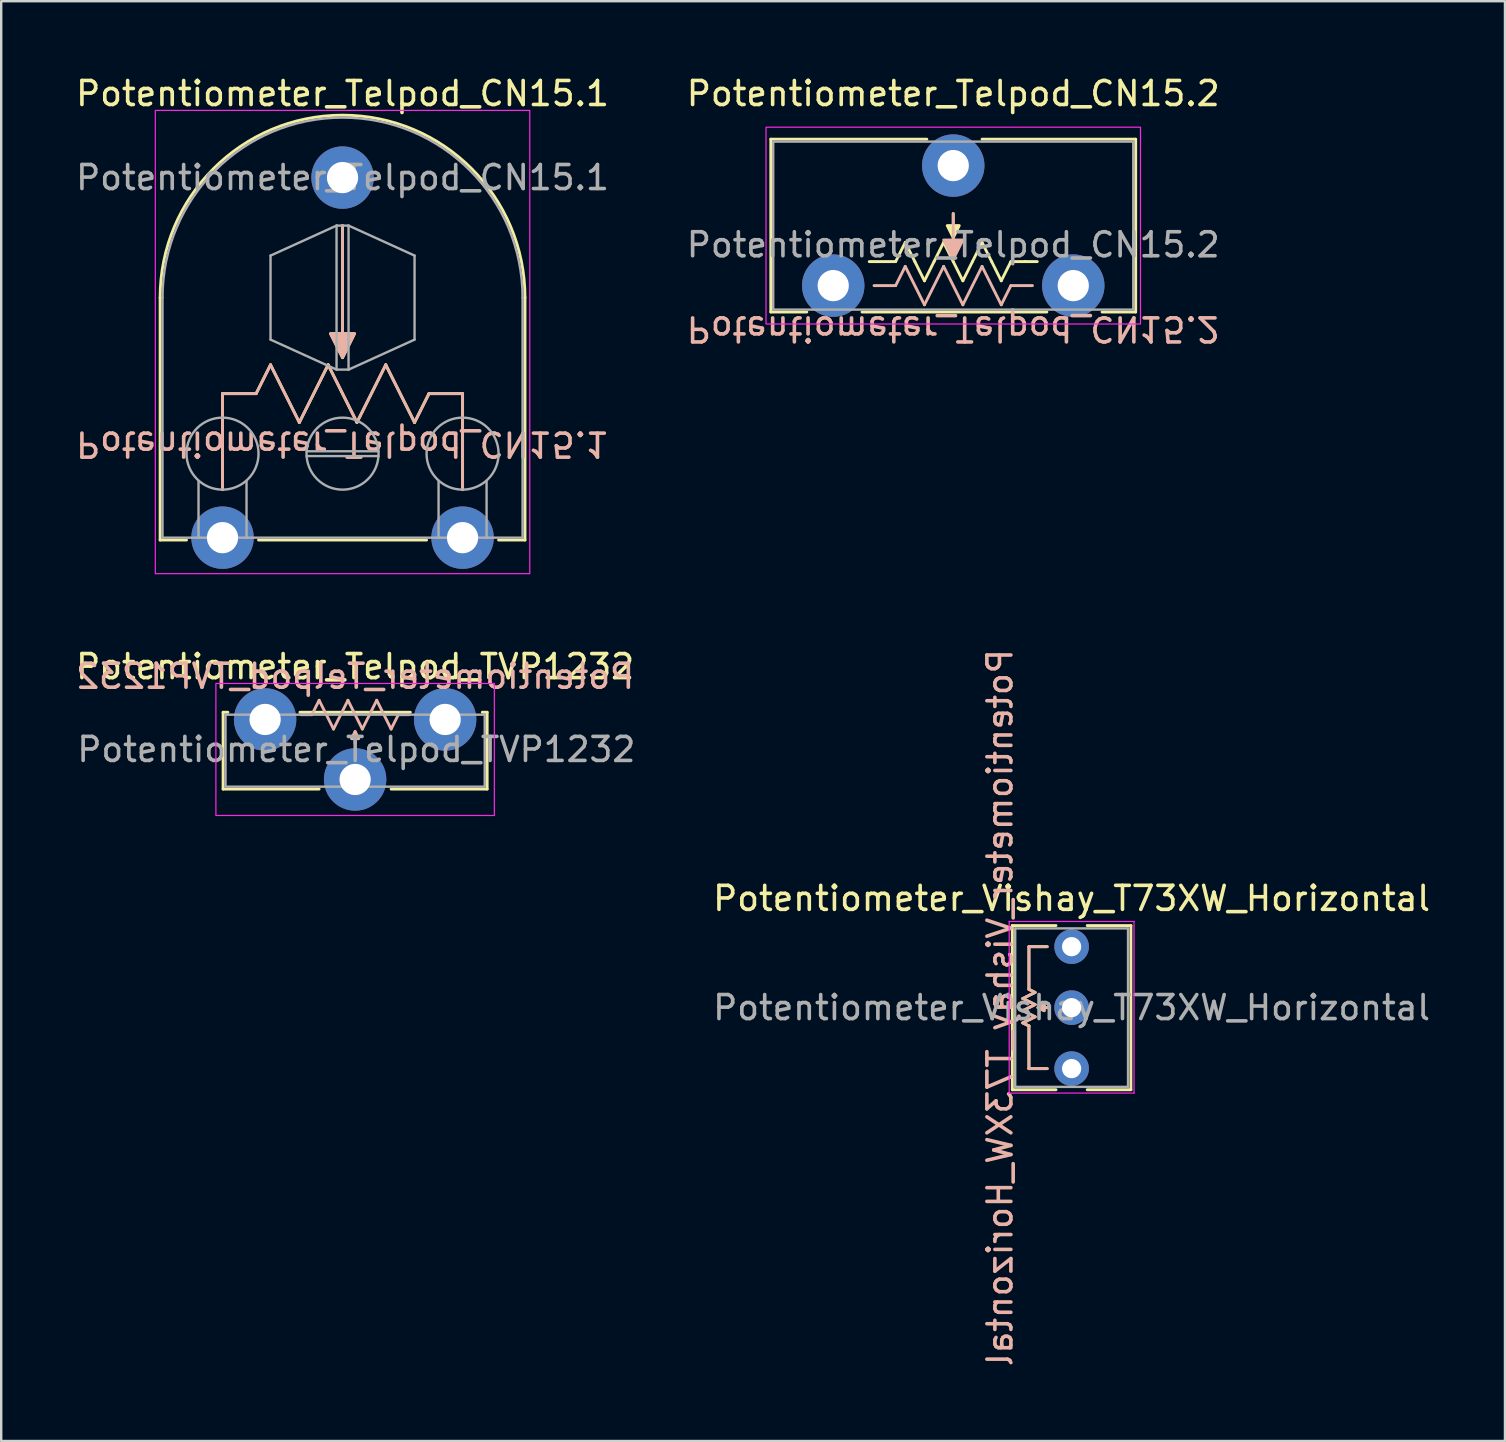
<source format=kicad_pcb>
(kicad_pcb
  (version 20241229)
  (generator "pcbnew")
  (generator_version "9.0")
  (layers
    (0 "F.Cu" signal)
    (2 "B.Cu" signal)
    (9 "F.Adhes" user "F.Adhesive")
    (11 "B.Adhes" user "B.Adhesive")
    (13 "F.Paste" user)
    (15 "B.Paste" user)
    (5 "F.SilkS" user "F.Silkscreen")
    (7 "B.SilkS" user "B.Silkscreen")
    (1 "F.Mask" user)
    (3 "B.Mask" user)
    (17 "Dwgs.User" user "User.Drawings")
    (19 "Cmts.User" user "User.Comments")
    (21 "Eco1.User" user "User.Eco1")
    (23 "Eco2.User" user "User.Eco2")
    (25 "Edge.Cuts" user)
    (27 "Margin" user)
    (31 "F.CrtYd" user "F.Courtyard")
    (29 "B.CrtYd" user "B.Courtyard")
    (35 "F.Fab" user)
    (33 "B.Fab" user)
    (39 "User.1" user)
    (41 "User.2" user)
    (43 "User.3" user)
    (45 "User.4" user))
  (footprint "Potentiometer_Telpod_CN15.2"
    (layer "F.Cu")
    (at 31.661 8.848)
    (property "Reference" "Potentiometer_Telpod_CN15.2" (at 5 -8 0) (unlocked yes) (layer "F.SilkS") (effects (font (size 1 1) (thickness 0.15))))
    (attr smd)
    (fp_line (start -2.6 -6.1) (end -2.6 1.1) (stroke (width 0.12) (type solid)) (layer "F.SilkS"))
    (fp_line (start -2.6 -6.1) (end 3.9 -6.1) (stroke (width 0.12) (type solid)) (layer "F.SilkS"))
    (fp_line (start -2.6 1.1) (end -1.1 1.1) (stroke (width 0.12) (type solid)) (layer "F.SilkS"))
    (fp_line (start 1.2 1.1) (end 8.9 1.1) (stroke (width 0.12) (type solid)) (layer "F.SilkS"))
    (fp_line (start 2.6 -1) (end 1.5 -1) (stroke (width 0.12) (type solid)) (layer "F.SilkS"))
    (fp_line (start 2.6 -1) (end 3 -1.8) (stroke (width 0.12) (type solid)) (layer "F.SilkS"))
    (fp_line (start 3 -1.8) (end 3.4 -1) (stroke (width 0.12) (type solid)) (layer "F.SilkS"))
    (fp_line (start 3.4 -1) (end 3.8 -0.2) (stroke (width 0.12) (type solid)) (layer "F.SilkS"))
    (fp_line (start 3.8 -0.2) (end 4.2 -1) (stroke (width 0.12) (type solid)) (layer "F.SilkS"))
    (fp_line (start 4.2 -1) (end 4.6 -1.8) (stroke (width 0.12) (type solid)) (layer "F.SilkS"))
    (fp_line (start 4.6 -1.8) (end 5 -1) (stroke (width 0.12) (type solid)) (layer "F.SilkS"))
    (fp_line (start 5 -3) (end 5 -2) (stroke (width 0.12) (type solid)) (layer "F.SilkS"))
    (fp_line (start 5 -1) (end 5.4 -0.2) (stroke (width 0.12) (type solid)) (layer "F.SilkS"))
    (fp_line (start 5.4 -0.2) (end 5.8 -1) (stroke (width 0.12) (type solid)) (layer "F.SilkS"))
    (fp_line (start 5.8 -1) (end 6.2 -1.8) (stroke (width 0.12) (type solid)) (layer "F.SilkS"))
    (fp_line (start 6.2 -1.8) (end 6.6 -1) (stroke (width 0.12) (type solid)) (layer "F.SilkS"))
    (fp_line (start 6.6 -1) (end 7 -0.2) (stroke (width 0.12) (type solid)) (layer "F.SilkS"))
    (fp_line (start 7 -0.2) (end 7.4 -1) (stroke (width 0.12) (type solid)) (layer "F.SilkS"))
    (fp_line (start 7.4 -1) (end 8 -1) (stroke (width 0.12) (type solid)) (layer "F.SilkS"))
    (fp_line (start 8 -1) (end 8.5 -1) (stroke (width 0.12) (type solid)) (layer "F.SilkS"))
    (fp_line (start 11.2 1.1) (end 12.6 1.1) (stroke (width 0.12) (type solid)) (layer "F.SilkS"))
    (fp_line (start 12.6 -6.1) (end 6.2 -6.1) (stroke (width 0.12) (type solid)) (layer "F.SilkS"))
    (fp_line (start 12.6 1.1) (end 12.6 -6.1) (stroke (width 0.12) (type solid)) (layer "F.SilkS"))
    (fp_poly (pts (xy 5 -2) (xy 4.75 -2.5) (xy 5.25 -2.5)) (stroke (width 0.12) (type solid)) (fill yes) (layer "F.SilkS"))
    (fp_line (start 2.6 0) (end 1.7 0) (stroke (width 0.12) (type solid)) (layer "B.SilkS"))
    (fp_line (start 2.6 0) (end 3 -0.8) (stroke (width 0.12) (type solid)) (layer "B.SilkS"))
    (fp_line (start 3 -0.8) (end 3.8 0.8) (stroke (width 0.12) (type solid)) (layer "B.SilkS"))
    (fp_line (start 3.8 0.8) (end 4.6 -0.8) (stroke (width 0.12) (type solid)) (layer "B.SilkS"))
    (fp_line (start 4.6 -0.8) (end 5.4 0.8) (stroke (width 0.12) (type solid)) (layer "B.SilkS"))
    (fp_line (start 5 -3) (end 5 -1.1) (stroke (width 0.12) (type solid)) (layer "B.SilkS"))
    (fp_line (start 5.4 0.8) (end 6.2 -0.8) (stroke (width 0.12) (type solid)) (layer "B.SilkS"))
    (fp_line (start 6.2 -0.8) (end 7 0.8) (stroke (width 0.12) (type solid)) (layer "B.SilkS"))
    (fp_line (start 7 0.8) (end 7.4 0) (stroke (width 0.12) (type solid)) (layer "B.SilkS"))
    (fp_line (start 7.4 0) (end 8.3 0) (stroke (width 0.12) (type solid)) (layer "B.SilkS"))
    (fp_poly (pts (xy 5 -1.1) (xy 4.6 -1.9) (xy 5.4 -1.9)) (stroke (width 0.12) (type solid)) (fill yes) (layer "B.SilkS"))
    (fp_rect (start -2.8 -6.6) (end 12.8 1.6) (stroke (width 0.05) (type solid)) (fill no) (layer "F.CrtYd"))
    (fp_rect (start -2.5 1) (end 12.5 -6) (stroke (width 0.1) (type solid)) (fill no) (layer "F.Fab"))
    (fp_text user "${REFERENCE}" (at 5 1.8 180) (unlocked yes) (layer "B.SilkS") (effects (font (size 1 1) (thickness 0.15)) (justify mirror)))
    (fp_text user "${REFERENCE}" (at 5 -1.7 0) (unlocked yes) (layer "F.Fab") (effects (font (size 1 1) (thickness 0.15))))
    (pad "1" thru_hole circle (at 0 0) (size 2.6 2.6) (drill 1.3) (layers "*.Cu" "*.Mask"))
    (pad "2" thru_hole circle (at 5 -5) (size 2.6 2.6) (drill 1.3) (layers "*.Cu" "*.Mask"))
    (pad "3" thru_hole circle (at 10 0) (size 2.6 2.6) (drill 1.3) (layers "*.Cu" "*.Mask")))
  (footprint "Potentiometer_Vishay_T73XW_Horizontal"
    (layer "F.Cu")
    (at 41.592 36.387)
    (property "Reference" "Potentiometer_Vishay_T73XW_Horizontal" (at 0 -2.01 0) (layer "F.SilkS") (effects (font (size 1 1) (thickness 0.15))))
    (attr through_hole)
    (fp_line (start -2.47 -0.88) (end -2.47 5.96) (stroke (width 0.12) (type solid)) (layer "F.SilkS"))
    (fp_line (start -2.47 -0.88) (end -0.65 -0.88) (stroke (width 0.12) (type solid)) (layer "F.SilkS"))
    (fp_line (start -2.47 5.96) (end -0.65 5.96) (stroke (width 0.12) (type solid)) (layer "F.SilkS"))
    (fp_line (start -2.032 2.159) (end -1.524 2.413) (stroke (width 0.12) (type solid)) (layer "F.SilkS"))
    (fp_line (start -2.032 2.667) (end -1.524 2.921) (stroke (width 0.12) (type solid)) (layer "F.SilkS"))
    (fp_line (start -2.032 3.175) (end -1.778 3.302) (stroke (width 0.12) (type solid)) (layer "F.SilkS"))
    (fp_line (start -1.778 0) (end -1.016 0) (stroke (width 0.12) (type solid)) (layer "F.SilkS"))
    (fp_line (start -1.778 1.778) (end -1.778 0) (stroke (width 0.12) (type solid)) (layer "F.SilkS"))
    (fp_line (start -1.778 1.778) (end -1.524 1.905) (stroke (width 0.12) (type solid)) (layer "F.SilkS"))
    (fp_line (start -1.778 5.08) (end -1.778 3.302) (stroke (width 0.12) (type solid)) (layer "F.SilkS"))
    (fp_line (start -1.524 1.905) (end -2.032 2.159) (stroke (width 0.12) (type solid)) (layer "F.SilkS"))
    (fp_line (start -1.524 2.413) (end -2.032 2.667) (stroke (width 0.12) (type solid)) (layer "F.SilkS"))
    (fp_line (start -1.524 2.921) (end -2.032 3.175) (stroke (width 0.12) (type solid)) (layer "F.SilkS"))
    (fp_line (start -1.397 2.54) (end -0.953 2.54) (stroke (width 0.12) (type solid)) (layer "F.SilkS"))
    (fp_line (start -1.016 5.08) (end -1.778 5.08) (stroke (width 0.12) (type solid)) (layer "F.SilkS"))
    (fp_line (start 0.65 -0.88) (end 2.47 -0.88) (stroke (width 0.12) (type solid)) (layer "F.SilkS"))
    (fp_line (start 0.65 5.96) (end 2.47 5.96) (stroke (width 0.12) (type solid)) (layer "F.SilkS"))
    (fp_line (start 2.47 -0.88) (end 2.47 5.96) (stroke (width 0.12) (type solid)) (layer "F.SilkS"))
    (fp_poly (pts (xy -1.143 2.667) (xy -1.397 2.54) (xy -1.143 2.413)) (stroke (width 0.12) (type solid)) (fill yes) (layer "F.SilkS"))
    (fp_line (start -2.032 2.159) (end -1.524 2.413) (stroke (width 0.12) (type solid)) (layer "B.SilkS"))
    (fp_line (start -2.032 2.667) (end -1.524 2.921) (stroke (width 0.12) (type solid)) (layer "B.SilkS"))
    (fp_line (start -2.032 3.175) (end -1.778 3.302) (stroke (width 0.12) (type solid)) (layer "B.SilkS"))
    (fp_line (start -1.778 0) (end -1.778 1.778) (stroke (width 0.12) (type solid)) (layer "B.SilkS"))
    (fp_line (start -1.778 1.778) (end -1.524 1.905) (stroke (width 0.12) (type solid)) (layer "B.SilkS"))
    (fp_line (start -1.778 3.302) (end -1.778 5.08) (stroke (width 0.12) (type solid)) (layer "B.SilkS"))
    (fp_line (start -1.778 5.08) (end -1.016 5.08) (stroke (width 0.12) (type solid)) (layer "B.SilkS"))
    (fp_line (start -1.524 1.905) (end -2.032 2.159) (stroke (width 0.12) (type solid)) (layer "B.SilkS"))
    (fp_line (start -1.524 2.413) (end -2.032 2.667) (stroke (width 0.12) (type solid)) (layer "B.SilkS"))
    (fp_line (start -1.524 2.921) (end -2.032 3.175) (stroke (width 0.12) (type solid)) (layer "B.SilkS"))
    (fp_line (start -1.016 0) (end -1.778 0) (stroke (width 0.12) (type solid)) (layer "B.SilkS"))
    (fp_line (start -0.953 2.54) (end -1.397 2.54) (stroke (width 0.12) (type solid)) (layer "B.SilkS"))
    (fp_poly (pts (xy -1.143 2.667) (xy -1.397 2.54) (xy -1.143 2.413)) (stroke (width 0.12) (type solid)) (fill yes) (layer "B.SilkS"))
    (fp_line (start -2.6 -1.05) (end -2.6 6.1) (stroke (width 0.05) (type solid)) (layer "F.CrtYd"))
    (fp_line (start -2.6 6.1) (end 2.6 6.1) (stroke (width 0.05) (type solid)) (layer "F.CrtYd"))
    (fp_line (start 2.6 -1.05) (end -2.6 -1.05) (stroke (width 0.05) (type solid)) (layer "F.CrtYd"))
    (fp_line (start 2.6 6.1) (end 2.6 -1.05) (stroke (width 0.05) (type solid)) (layer "F.CrtYd"))
    (fp_line (start -2.35 -0.76) (end 2.35 -0.76) (stroke (width 0.1) (type solid)) (layer "F.Fab"))
    (fp_line (start -2.35 5.84) (end -2.35 -0.76) (stroke (width 0.1) (type solid)) (layer "F.Fab"))
    (fp_line (start 2.35 -0.76) (end 2.35 5.84) (stroke (width 0.1) (type solid)) (layer "F.Fab"))
    (fp_line (start 2.35 5.84) (end -2.35 5.84) (stroke (width 0.1) (type solid)) (layer "F.Fab"))
    (fp_text user "${REFERENCE}" (at -2.985 2.54 90) (unlocked yes) (layer "B.SilkS") (effects (font (size 1 1) (thickness 0.15)) (justify mirror)))
    (fp_text user "${REFERENCE}" (at 0 2.54 0) (layer "F.Fab") (effects (font (size 1 1) (thickness 0.15))))
    (pad "1" thru_hole circle (at 0 0) (size 1.44 1.44) (drill 0.8) (layers "*.Cu" "*.Mask"))
    (pad "2" thru_hole circle (at 0 2.54) (size 1.44 1.44) (drill 0.8) (layers "*.Cu" "*.Mask"))
    (pad "3" thru_hole circle (at 0 5.08) (size 1.44 1.44) (drill 0.8) (layers "*.Cu" "*.Mask")))
  (footprint "Potentiometer_Telpod_TVP1232"
    (layer "F.Cu")
    (at 7.994 26.672)
    (property "Reference" "Potentiometer_Telpod_TVP1232" (at 3.75 -1.95 0) (unlocked yes) (layer "F.SilkS") (effects (font (size 1 1) (thickness 0.15))))
    (attr smd)
    (fp_line (start -1.75 -0.05) (end -1.75 3.15) (stroke (width 0.12) (type solid)) (layer "F.SilkS"))
    (fp_line (start -1.75 -0.05) (end -1.55 -0.05) (stroke (width 0.12) (type solid)) (layer "F.SilkS"))
    (fp_line (start -1.75 3.15) (end 2.25 3.15) (stroke (width 0.12) (type solid)) (layer "F.SilkS"))
    (fp_line (start 1.45 -0.05) (end 6.05 -0.05) (stroke (width 0.12) (type solid)) (layer "F.SilkS"))
    (fp_line (start 5.25 3.15) (end 9.25 3.15) (stroke (width 0.12) (type solid)) (layer "F.SilkS"))
    (fp_line (start 9.25 -0.05) (end 9.05 -0.05) (stroke (width 0.12) (type solid)) (layer "F.SilkS"))
    (fp_line (start 9.25 3.15) (end 9.25 -0.05) (stroke (width 0.12) (type solid)) (layer "F.SilkS"))
    (fp_line (start 1.95 0.05) (end 1.5 0.05) (stroke (width 0.12) (type solid)) (layer "B.SilkS"))
    (fp_line (start 1.95 0.05) (end 2.25 -0.55) (stroke (width 0.12) (type solid)) (layer "B.SilkS"))
    (fp_line (start 2.25 -0.55) (end 2.55 0.05) (stroke (width 0.12) (type solid)) (layer "B.SilkS"))
    (fp_line (start 2.85 0.65) (end 2.55 0.05) (stroke (width 0.12) (type solid)) (layer "B.SilkS"))
    (fp_line (start 3.15 0.05) (end 2.85 0.65) (stroke (width 0.12) (type solid)) (layer "B.SilkS"))
    (fp_line (start 3.15 0.05) (end 3.45 -0.55) (stroke (width 0.12) (type solid)) (layer "B.SilkS"))
    (fp_line (start 3.45 -0.55) (end 3.75 0.05) (stroke (width 0.12) (type solid)) (layer "B.SilkS"))
    (fp_line (start 3.75 1.25) (end 3.75 0.75) (stroke (width 0.12) (type solid)) (layer "B.SilkS"))
    (fp_line (start 4.05 0.65) (end 3.75 0.05) (stroke (width 0.12) (type solid)) (layer "B.SilkS"))
    (fp_line (start 4.35 0.05) (end 4.05 0.65) (stroke (width 0.12) (type solid)) (layer "B.SilkS"))
    (fp_line (start 4.35 0.05) (end 4.65 -0.55) (stroke (width 0.12) (type solid)) (layer "B.SilkS"))
    (fp_line (start 4.65 -0.55) (end 4.95 0.05) (stroke (width 0.12) (type solid)) (layer "B.SilkS"))
    (fp_line (start 5.25 0.65) (end 4.95 0.05) (stroke (width 0.12) (type solid)) (layer "B.SilkS"))
    (fp_line (start 5.55 0.05) (end 5.25 0.65) (stroke (width 0.12) (type solid)) (layer "B.SilkS"))
    (fp_line (start 5.55 0.05) (end 6 0.05) (stroke (width 0.12) (type solid)) (layer "B.SilkS"))
    (fp_poly (pts (xy 3.9 1.05) (xy 3.6 1.05) (xy 3.75 0.75)) (stroke (width 0.12) (type solid)) (fill yes) (layer "B.SilkS"))
    (fp_rect (start -2.05 -1.25) (end 9.55 4.25) (stroke (width 0.05) (type solid)) (fill no) (layer "F.CrtYd"))
    (fp_rect (start -1.65 0.05) (end 9.15 3.05) (stroke (width 0.1) (type solid)) (fill no) (layer "F.Fab"))
    (fp_text user "${REFERENCE}" (at 3.75 -1.55 0) (unlocked yes) (layer "B.SilkS") (effects (font (size 1 1) (thickness 0.15)) (justify mirror)))
    (fp_text user "${REFERENCE}" (at 3.8 1.5 0) (unlocked yes) (layer "F.Fab") (effects (font (size 1 1) (thickness 0.15))))
    (pad "1" thru_hole circle (at 0 0.25) (size 2.6 2.6) (drill 1.3) (layers "*.Cu" "*.Mask"))
    (pad "2" thru_hole circle (at 3.75 2.75) (size 2.6 2.6) (drill 1.3) (layers "*.Cu" "*.Mask"))
    (pad "3" thru_hole circle (at 7.5 0.25) (size 2.6 2.6) (drill 1.3) (layers "*.Cu" "*.Mask")))
  (footprint "Potentiometer_Telpod_CN15.1"
    (layer "F.Cu")
    (at 6.22 19.348)
    (property "Reference" "Potentiometer_Telpod_CN15.1" (at 5 -18.5 0) (unlocked yes) (layer "F.SilkS") (effects (font (size 1 1) (thickness 0.15))))
    (attr smd)
    (fp_line (start -2.6 0.1) (end -2.6 -10) (stroke (width 0.12) (type solid)) (layer "F.SilkS"))
    (fp_line (start -1.5 0.1) (end -2.6 0.1) (stroke (width 0.12) (type solid)) (layer "F.SilkS"))
    (fp_line (start 0 -6) (end 0 -2) (stroke (width 0.12) (type solid)) (layer "F.SilkS"))
    (fp_line (start 1.4 -6) (end 0 -6) (stroke (width 0.12) (type solid)) (layer "F.SilkS"))
    (fp_line (start 1.4 -6) (end 2 -7.2) (stroke (width 0.12) (type solid)) (layer "F.SilkS"))
    (fp_line (start 2 -7.2) (end 3.2 -4.8) (stroke (width 0.12) (type solid)) (layer "F.SilkS"))
    (fp_line (start 3.2 -4.8) (end 4.4 -7.2) (stroke (width 0.12) (type solid)) (layer "F.SilkS"))
    (fp_line (start 4.4 -7.2) (end 5.6 -4.8) (stroke (width 0.12) (type solid)) (layer "F.SilkS"))
    (fp_line (start 5 -13) (end 5 -7.5) (stroke (width 0.12) (type solid)) (layer "F.SilkS"))
    (fp_line (start 5.6 -4.8) (end 6.8 -7.2) (stroke (width 0.12) (type solid)) (layer "F.SilkS"))
    (fp_line (start 6.8 -7.2) (end 8 -4.8) (stroke (width 0.12) (type solid)) (layer "F.SilkS"))
    (fp_line (start 8 -4.8) (end 8.6 -6) (stroke (width 0.12) (type solid)) (layer "F.SilkS"))
    (fp_line (start 8.5 0.1) (end 1.5 0.1) (stroke (width 0.12) (type solid)) (layer "F.SilkS"))
    (fp_line (start 8.6 -6) (end 10 -6) (stroke (width 0.12) (type solid)) (layer "F.SilkS"))
    (fp_line (start 10 -6) (end 10 -2) (stroke (width 0.12) (type solid)) (layer "F.SilkS"))
    (fp_line (start 12.6 -10) (end 12.6 0.1) (stroke (width 0.12) (type solid)) (layer "F.SilkS"))
    (fp_line (start 12.6 0.1) (end 11.5 0.1) (stroke (width 0.12) (type solid)) (layer "F.SilkS"))
    (fp_arc (start -2.6 -10) (mid 5 -17.6) (end 12.6 -10) (stroke (width 0.12) (type solid)) (layer "F.SilkS"))
    (fp_poly (pts (xy 5 -7.5) (xy 4.5 -8.5) (xy 5.5 -8.5)) (stroke (width 0.12) (type solid)) (fill yes) (layer "F.SilkS"))
    (fp_line (start 0 -6) (end 1.4 -6) (stroke (width 0.12) (type solid)) (layer "B.SilkS"))
    (fp_line (start 0 -2) (end 0 -6) (stroke (width 0.12) (type solid)) (layer "B.SilkS"))
    (fp_line (start 1.4 -6) (end 2 -7.2) (stroke (width 0.12) (type solid)) (layer "B.SilkS"))
    (fp_line (start 2 -7.2) (end 3.2 -4.8) (stroke (width 0.12) (type solid)) (layer "B.SilkS"))
    (fp_line (start 3.2 -4.8) (end 4.4 -7.2) (stroke (width 0.12) (type solid)) (layer "B.SilkS"))
    (fp_line (start 4.4 -7.2) (end 5.6 -4.8) (stroke (width 0.12) (type solid)) (layer "B.SilkS"))
    (fp_line (start 5 -13) (end 5 -7.5) (stroke (width 0.12) (type solid)) (layer "B.SilkS"))
    (fp_line (start 5.6 -4.8) (end 6.8 -7.2) (stroke (width 0.12) (type solid)) (layer "B.SilkS"))
    (fp_line (start 6.8 -7.2) (end 8 -4.8) (stroke (width 0.12) (type solid)) (layer "B.SilkS"))
    (fp_line (start 8 -4.8) (end 8.6 -6) (stroke (width 0.12) (type solid)) (layer "B.SilkS"))
    (fp_line (start 8.6 -6) (end 10 -6) (stroke (width 0.12) (type solid)) (layer "B.SilkS"))
    (fp_line (start 10 -6) (end 10 -2) (stroke (width 0.12) (type solid)) (layer "B.SilkS"))
    (fp_poly (pts (xy 5 -7.5) (xy 4.5 -8.5) (xy 5.5 -8.5)) (stroke (width 0.12) (type solid)) (fill yes) (layer "B.SilkS"))
    (fp_rect (start -2.8 -17.8) (end 12.8 1.5) (stroke (width 0.05) (type solid)) (fill no) (layer "F.CrtYd"))
    (fp_line (start -2.5 0) (end -2.5 -10) (stroke (width 0.1) (type solid)) (layer "F.Fab"))
    (fp_line (start -1 -2.35) (end -1 0) (stroke (width 0.1) (type solid)) (layer "F.Fab"))
    (fp_line (start 1 0) (end 1 -2.35) (stroke (width 0.1) (type solid)) (layer "F.Fab"))
    (fp_line (start 2 -11.75) (end 2 -8.25) (stroke (width 0.1) (type solid)) (layer "F.Fab"))
    (fp_line (start 2 -8.25) (end 4.75 -7) (stroke (width 0.1) (type solid)) (layer "F.Fab"))
    (fp_line (start 3.5 -3.4) (end 6.5 -3.4) (stroke (width 0.1) (type solid)) (layer "F.Fab"))
    (fp_line (start 4.75 -13) (end 2 -11.75) (stroke (width 0.1) (type solid)) (layer "F.Fab"))
    (fp_line (start 4.75 -13) (end 4.75 -7) (stroke (width 0.1) (type solid)) (layer "F.Fab"))
    (fp_line (start 4.75 -7) (end 5.25 -7) (stroke (width 0.1) (type solid)) (layer "F.Fab"))
    (fp_line (start 5.25 -13) (end 4.75 -13) (stroke (width 0.1) (type solid)) (layer "F.Fab"))
    (fp_line (start 5.25 -7) (end 5.25 -13) (stroke (width 0.1) (type solid)) (layer "F.Fab"))
    (fp_line (start 5.25 -7) (end 8 -8.25) (stroke (width 0.1) (type solid)) (layer "F.Fab"))
    (fp_line (start 6.5 -3.6) (end 3.5 -3.6) (stroke (width 0.1) (type solid)) (layer "F.Fab"))
    (fp_line (start 8 -11.75) (end 5.25 -13) (stroke (width 0.1) (type solid)) (layer "F.Fab"))
    (fp_line (start 8 -8.25) (end 8 -11.75) (stroke (width 0.1) (type solid)) (layer "F.Fab"))
    (fp_line (start 9 0) (end 9 -2.35) (stroke (width 0.1) (type solid)) (layer "F.Fab"))
    (fp_line (start 11 -2.35) (end 11 0) (stroke (width 0.1) (type solid)) (layer "F.Fab"))
    (fp_line (start 12.5 -10) (end 12.5 0) (stroke (width 0.1) (type solid)) (layer "F.Fab"))
    (fp_line (start 12.5 0) (end -2.5 0) (stroke (width 0.1) (type solid)) (layer "F.Fab"))
    (fp_arc (start -2.5 -10) (mid 5 -17.5) (end 12.5 -10) (stroke (width 0.1) (type solid)) (layer "F.Fab"))
    (fp_circle (center 0 -3.5) (end 1.5 -3.5) (stroke (width 0.1) (type solid)) (fill no) (layer "F.Fab"))
    (fp_circle (center 5 -3.5) (end 6.5 -3.5) (stroke (width 0.1) (type solid)) (fill no) (layer "F.Fab"))
    (fp_circle (center 10 -3.5) (end 11.5 -3.5) (stroke (width 0.1) (type solid)) (fill no) (layer "F.Fab"))
    (fp_text user "${REFERENCE}" (at 5 -3.9 180) (unlocked yes) (layer "B.SilkS") (effects (font (size 1 1) (thickness 0.15)) (justify mirror)))
    (fp_text user "${REFERENCE}" (at 5 -15 0) (unlocked yes) (layer "F.Fab") (effects (font (size 1 1) (thickness 0.15))))
    (pad "1" thru_hole circle (at 0 0) (size 2.6 2.6) (drill 1.3) (layers "*.Cu" "*.Mask"))
    (pad "2" thru_hole circle (at 5 -15) (size 2.6 2.6) (drill 1.3) (layers "*.Cu" "*.Mask"))
    (pad "3" thru_hole circle (at 10 0) (size 2.6 2.6) (drill 1.3) (layers "*.Cu" "*.Mask")))
  (gr_rect
    (start -3 -3)
    (end 59.645 56.98)
    (stroke (width 0.1) (type default))
    (fill no)
    (layer "Edge.Cuts")))
</source>
